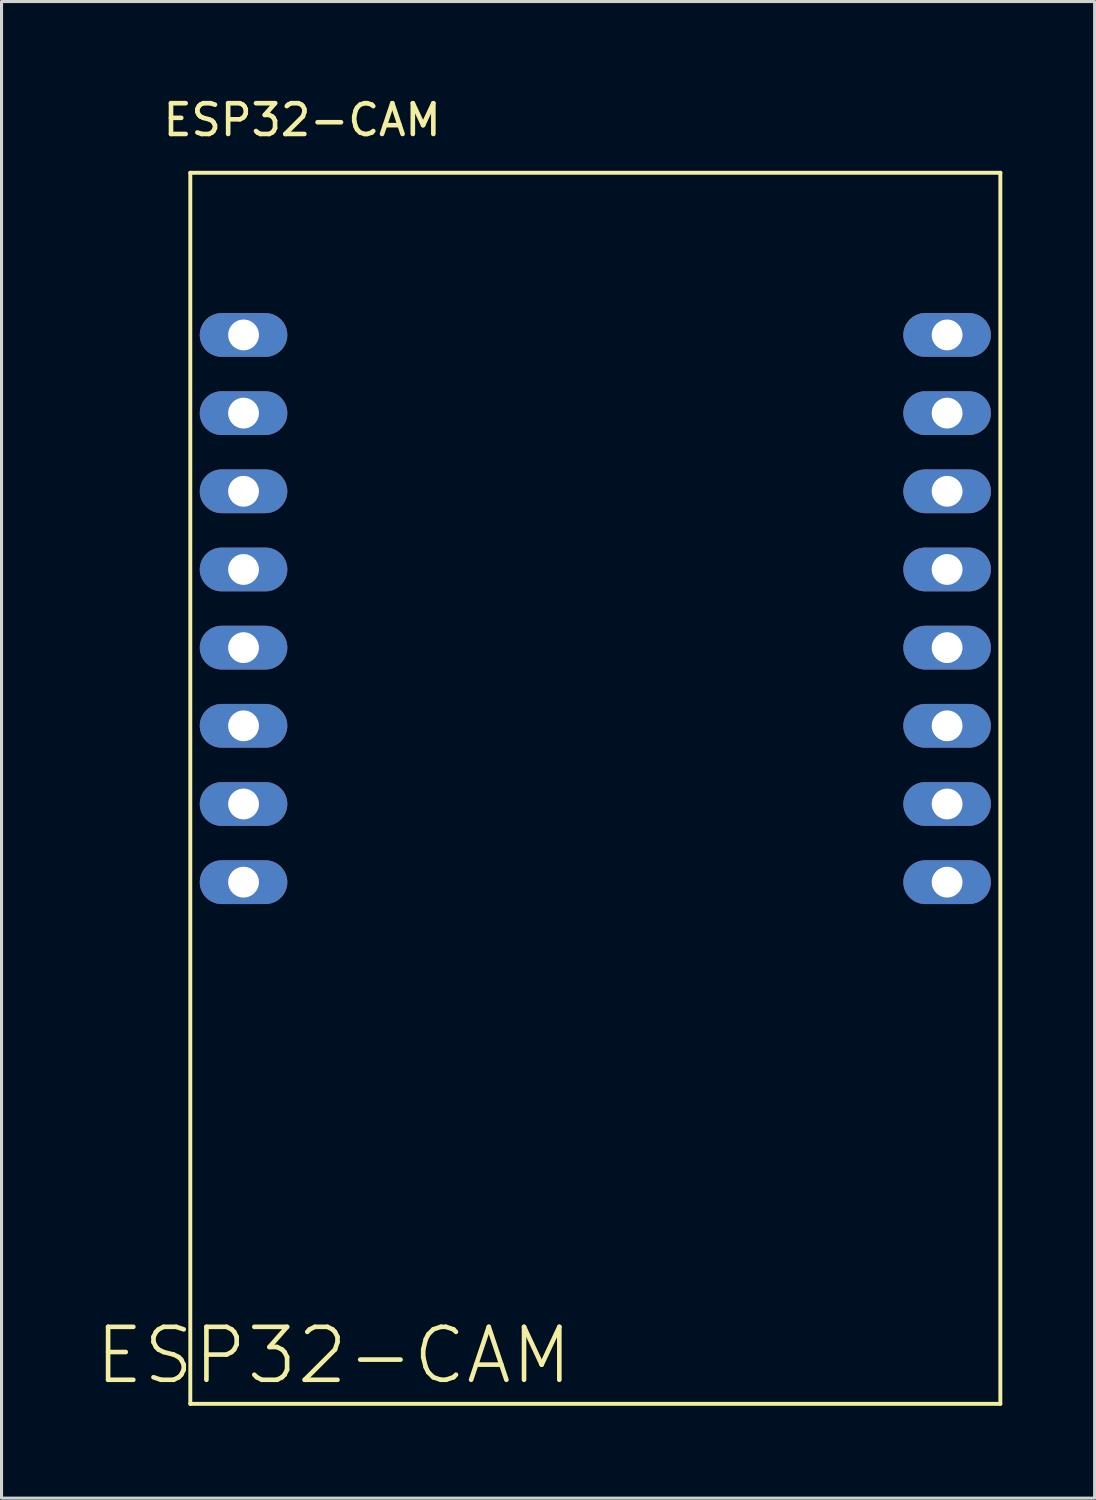
<source format=kicad_pcb>
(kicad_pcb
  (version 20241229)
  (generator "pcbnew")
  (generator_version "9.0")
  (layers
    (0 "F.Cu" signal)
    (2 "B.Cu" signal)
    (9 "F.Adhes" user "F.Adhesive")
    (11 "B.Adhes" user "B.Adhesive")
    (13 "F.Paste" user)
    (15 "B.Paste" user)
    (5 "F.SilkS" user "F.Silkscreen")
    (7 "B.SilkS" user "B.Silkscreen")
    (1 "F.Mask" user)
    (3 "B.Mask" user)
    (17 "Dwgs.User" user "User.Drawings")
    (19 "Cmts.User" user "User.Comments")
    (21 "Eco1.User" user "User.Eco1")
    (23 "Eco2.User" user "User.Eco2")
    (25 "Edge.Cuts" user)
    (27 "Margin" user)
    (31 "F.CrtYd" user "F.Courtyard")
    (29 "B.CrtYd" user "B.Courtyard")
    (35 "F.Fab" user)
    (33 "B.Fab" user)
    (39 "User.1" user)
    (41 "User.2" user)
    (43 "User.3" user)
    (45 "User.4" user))
  (footprint "ESP32-CAM"
    (layer "F.Cu")
    (at 16.293 17.993)
    (property "Reference" "ESP32-CAM" (at -9.525 -17.145 0) (layer "F.SilkS") (effects (font (size 1 1) (thickness 0.15))))
    (attr through_hole)
    (fp_line (start -13.16 -15.43) (end 13.16 -15.43) (stroke (width 0.127) (type solid)) (layer "F.SilkS"))
    (fp_line (start -13.16 24.57) (end -13.16 -15.43) (stroke (width 0.127) (type solid)) (layer "F.SilkS"))
    (fp_line (start 13.16 -15.43) (end 13.16 24.57) (stroke (width 0.127) (type solid)) (layer "F.SilkS"))
    (fp_line (start 13.16 24.57) (end -13.16 24.57) (stroke (width 0.127) (type solid)) (layer "F.SilkS"))
    (fp_text user "ESP32-CAM" (at -8.5 23 0) (layer "F.SilkS") (effects (font (size 1.72 1.72) (thickness 0.15))))
    (pad "P$1" thru_hole oval (at -11.43 -10.16) (size 2.845 1.422) (drill 1) (layers "*.Cu" "*.Mask"))
    (pad "P$2" thru_hole oval (at -11.43 -7.62) (size 2.845 1.422) (drill 1) (layers "*.Cu" "*.Mask"))
    (pad "P$3" thru_hole oval (at -11.43 -5.08) (size 2.845 1.422) (drill 1) (layers "*.Cu" "*.Mask"))
    (pad "P$4" thru_hole oval (at -11.43 -2.54) (size 2.845 1.422) (drill 1) (layers "*.Cu" "*.Mask"))
    (pad "P$5" thru_hole oval (at -11.43 0) (size 2.845 1.422) (drill 1) (layers "*.Cu" "*.Mask"))
    (pad "P$6" thru_hole oval (at -11.43 2.54) (size 2.845 1.422) (drill 1) (layers "*.Cu" "*.Mask"))
    (pad "P$7" thru_hole oval (at -11.43 5.08) (size 2.845 1.422) (drill 1) (layers "*.Cu" "*.Mask"))
    (pad "P$8" thru_hole oval (at -11.43 7.62) (size 2.845 1.422) (drill 1) (layers "*.Cu" "*.Mask"))
    (pad "P$9" thru_hole oval (at 11.43 7.62) (size 2.845 1.422) (drill 1) (layers "*.Cu" "*.Mask"))
    (pad "P$10" thru_hole oval (at 11.43 5.08) (size 2.845 1.422) (drill 1) (layers "*.Cu" "*.Mask"))
    (pad "P$11" thru_hole oval (at 11.43 2.54) (size 2.845 1.422) (drill 1) (layers "*.Cu" "*.Mask"))
    (pad "P$12" thru_hole oval (at 11.43 0) (size 2.845 1.422) (drill 1) (layers "*.Cu" "*.Mask"))
    (pad "P$13" thru_hole oval (at 11.43 -2.54) (size 2.845 1.422) (drill 1) (layers "*.Cu" "*.Mask"))
    (pad "P$14" thru_hole oval (at 11.43 -5.08) (size 2.845 1.422) (drill 1) (layers "*.Cu" "*.Mask"))
    (pad "P$15" thru_hole oval (at 11.43 -7.62) (size 2.845 1.422) (drill 1) (layers "*.Cu" "*.Mask"))
    (pad "P$16" thru_hole oval (at 11.43 -10.16) (size 2.845 1.422) (drill 1) (layers "*.Cu" "*.Mask")))
  (gr_rect
    (start -3 -3)
    (end 32.516 45.627)
    (stroke (width 0.1) (type default))
    (fill no)
    (layer "Edge.Cuts")))
</source>
